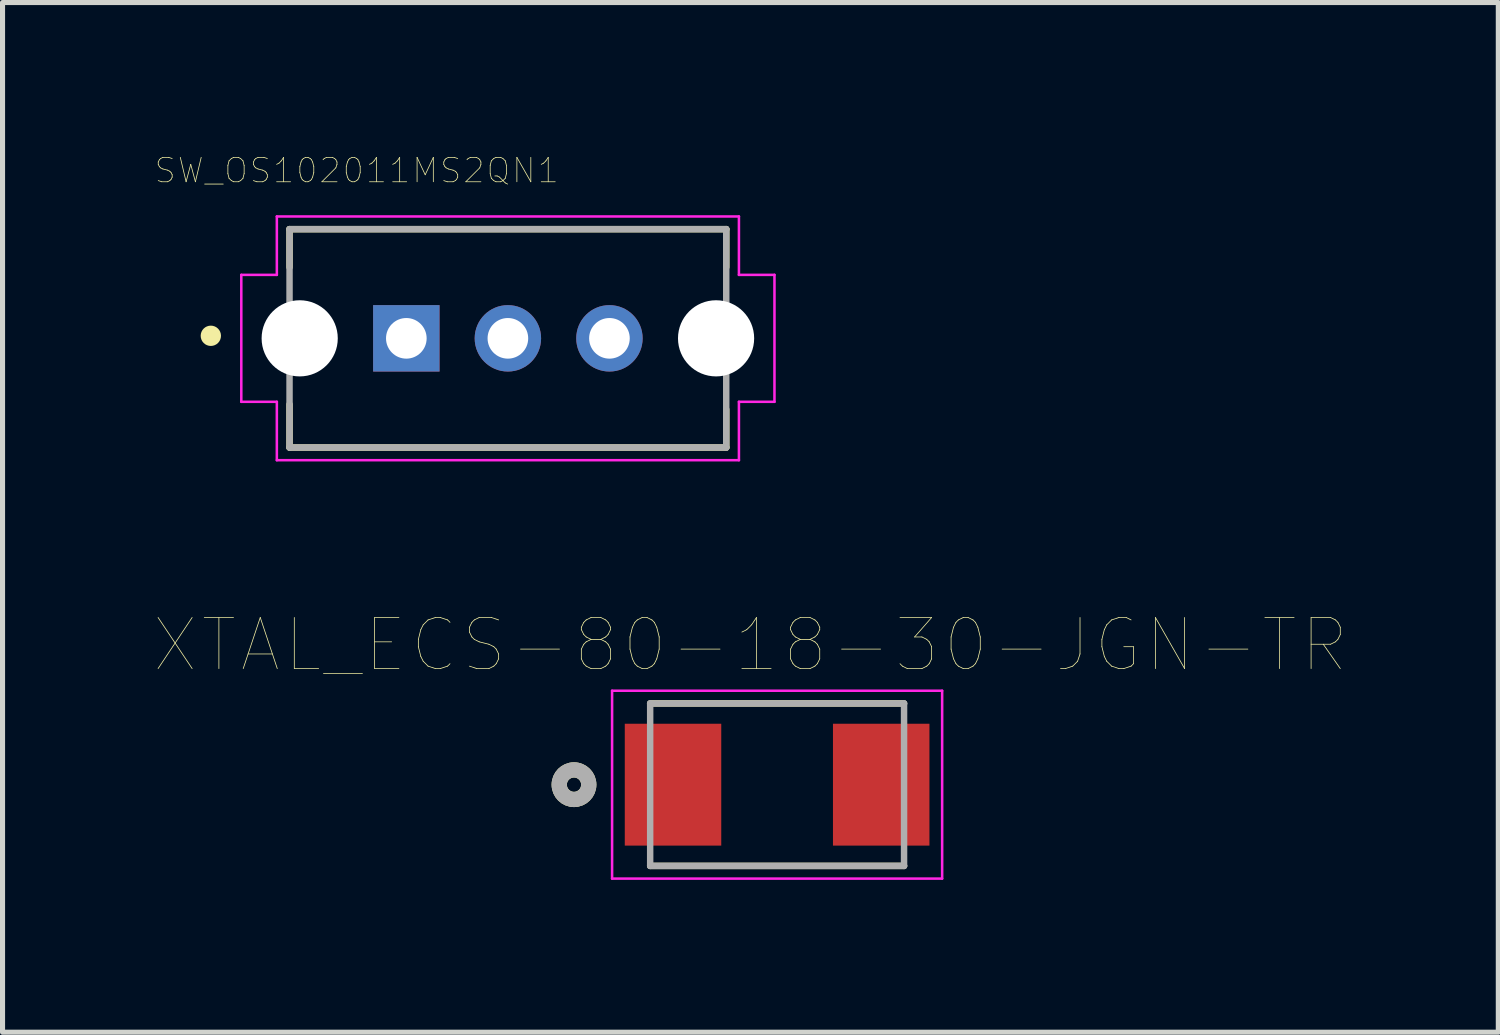
<source format=kicad_pcb>
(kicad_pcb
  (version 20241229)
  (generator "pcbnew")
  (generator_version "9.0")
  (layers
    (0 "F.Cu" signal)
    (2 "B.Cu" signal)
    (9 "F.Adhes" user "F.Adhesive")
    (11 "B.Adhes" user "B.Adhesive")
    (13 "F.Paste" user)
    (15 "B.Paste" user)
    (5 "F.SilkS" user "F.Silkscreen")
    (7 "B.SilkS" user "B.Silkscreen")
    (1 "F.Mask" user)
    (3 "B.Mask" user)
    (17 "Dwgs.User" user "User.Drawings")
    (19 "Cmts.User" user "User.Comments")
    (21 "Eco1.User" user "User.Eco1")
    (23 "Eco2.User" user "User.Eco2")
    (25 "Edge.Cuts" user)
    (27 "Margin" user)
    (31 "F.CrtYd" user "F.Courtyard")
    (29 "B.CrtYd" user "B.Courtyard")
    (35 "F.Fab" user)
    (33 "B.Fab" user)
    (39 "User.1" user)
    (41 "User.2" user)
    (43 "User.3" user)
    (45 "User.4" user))
  (footprint "SW_OS102011MS2QN1"
    (layer "F.Cu")
    (at 6.952 3.613)
    (property "Reference" "SW_OS102011MS2QN1" (at -2.977 -3.305 0) (layer "F.SilkS") (effects (font (size 0.48 0.48) (thickness 0.015))))
    (attr through_hole)
    (fp_line (start -4.3 -2.15) (end -4.3 -1.4) (stroke (width 0.127) (type solid)) (layer "F.SilkS"))
    (fp_line (start -4.3 1.3) (end -4.3 2.15) (stroke (width 0.127) (type solid)) (layer "F.SilkS"))
    (fp_line (start -4.3 2.15) (end 4.3 2.15) (stroke (width 0.127) (type solid)) (layer "F.SilkS"))
    (fp_line (start 4.3 -2.15) (end -4.3 -2.15) (stroke (width 0.127) (type solid)) (layer "F.SilkS"))
    (fp_line (start 4.3 -1.4) (end 4.3 -2.15) (stroke (width 0.127) (type solid)) (layer "F.SilkS"))
    (fp_line (start 4.3 2.15) (end 4.3 1.4) (stroke (width 0.127) (type solid)) (layer "F.SilkS"))
    (fp_circle (center -5.85 -0.05) (end -5.75 -0.05) (stroke (width 0.2) (type solid)) (fill no) (layer "F.SilkS"))
    (fp_line (start -5.25 -1.25) (end -4.55 -1.25) (stroke (width 0.05) (type solid)) (layer "F.CrtYd"))
    (fp_line (start -5.25 1.25) (end -5.25 -1.25) (stroke (width 0.05) (type solid)) (layer "F.CrtYd"))
    (fp_line (start -4.55 -2.4) (end 4.55 -2.4) (stroke (width 0.05) (type solid)) (layer "F.CrtYd"))
    (fp_line (start -4.55 -1.25) (end -4.55 -2.4) (stroke (width 0.05) (type solid)) (layer "F.CrtYd"))
    (fp_line (start -4.55 1.25) (end -5.25 1.25) (stroke (width 0.05) (type solid)) (layer "F.CrtYd"))
    (fp_line (start -4.55 2.4) (end -4.55 1.25) (stroke (width 0.05) (type solid)) (layer "F.CrtYd"))
    (fp_line (start 4.55 -2.4) (end 4.55 -1.25) (stroke (width 0.05) (type solid)) (layer "F.CrtYd"))
    (fp_line (start 4.55 -1.25) (end 5.25 -1.25) (stroke (width 0.05) (type solid)) (layer "F.CrtYd"))
    (fp_line (start 4.55 1.25) (end 4.55 2.4) (stroke (width 0.05) (type solid)) (layer "F.CrtYd"))
    (fp_line (start 4.55 2.4) (end -4.55 2.4) (stroke (width 0.05) (type solid)) (layer "F.CrtYd"))
    (fp_line (start 5.25 -1.25) (end 5.25 1.25) (stroke (width 0.05) (type solid)) (layer "F.CrtYd"))
    (fp_line (start 5.25 1.25) (end 4.55 1.25) (stroke (width 0.05) (type solid)) (layer "F.CrtYd"))
    (fp_line (start -4.3 -2.15) (end 4.3 -2.15) (stroke (width 0.127) (type solid)) (layer "F.Fab"))
    (fp_line (start -4.3 2.15) (end -4.3 -2.15) (stroke (width 0.127) (type solid)) (layer "F.Fab"))
    (fp_line (start 4.3 -2.15) (end 4.3 2.15) (stroke (width 0.127) (type solid)) (layer "F.Fab"))
    (fp_line (start 4.3 2.15) (end -4.3 2.15) (stroke (width 0.127) (type solid)) (layer "F.Fab"))
    (fp_circle (center -2.1 -0.05) (end -2 -0.05) (stroke (width 0.2) (type solid)) (fill no) (layer "F.Fab"))
    (pad "" np_thru_hole circle (at -4.1 0) (size 1.5 1.5) (drill 1.5) (layers "*.Cu" "*.Mask"))
    (pad "" np_thru_hole circle (at 4.1 0) (size 1.5 1.5) (drill 1.5) (layers "*.Cu" "*.Mask"))
    (pad "1" thru_hole rect (at -2 0) (size 1.308 1.308) (drill 0.8) (layers "*.Cu" "*.Mask"))
    (pad "2" thru_hole circle (at 0 0) (size 1.308 1.308) (drill 0.8) (layers "*.Cu" "*.Mask"))
    (pad "3" thru_hole circle (at 2 0) (size 1.308 1.308) (drill 0.8) (layers "*.Cu" "*.Mask")))
  (footprint "XTAL_ECS-80-18-30-JGN-TR"
    (layer "F.Cu")
    (at 12.254 12.403)
    (property "Reference" "XTAL_ECS-80-18-30-JGN-TR" (at -0.526 -2.751 0) (layer "F.SilkS") (effects (font (size 1.006 1.006) (thickness 0.015))))
    (attr through_hole)
    (fp_line (start -2.5 1.6) (end 2.5 1.6) (stroke (width 0.127) (type solid)) (layer "F.SilkS"))
    (fp_line (start 2.5 -1.6) (end -2.5 -1.6) (stroke (width 0.127) (type solid)) (layer "F.SilkS"))
    (fp_circle (center -4 0) (end -3.859 0) (stroke (width 0.3) (type solid)) (fill no) (layer "F.SilkS"))
    (fp_line (start -3.25 -1.85) (end -3.25 1.85) (stroke (width 0.05) (type solid)) (layer "F.CrtYd"))
    (fp_line (start -3.25 1.85) (end 3.25 1.85) (stroke (width 0.05) (type solid)) (layer "F.CrtYd"))
    (fp_line (start 3.25 -1.85) (end -3.25 -1.85) (stroke (width 0.05) (type solid)) (layer "F.CrtYd"))
    (fp_line (start 3.25 1.85) (end 3.25 -1.85) (stroke (width 0.05) (type solid)) (layer "F.CrtYd"))
    (fp_line (start -2.5 -1.6) (end -2.5 1.6) (stroke (width 0.127) (type solid)) (layer "F.Fab"))
    (fp_line (start -2.5 1.6) (end 2.5 1.6) (stroke (width 0.127) (type solid)) (layer "F.Fab"))
    (fp_line (start 2.5 -1.6) (end -2.5 -1.6) (stroke (width 0.127) (type solid)) (layer "F.Fab"))
    (fp_line (start 2.5 1.6) (end 2.5 -1.6) (stroke (width 0.127) (type solid)) (layer "F.Fab"))
    (fp_circle (center -4 0) (end -3.859 0) (stroke (width 0.3) (type solid)) (fill no) (layer "F.Fab"))
    (pad "1" smd rect (at -2.05 0) (size 1.9 2.4) (layers "F.Cu" "F.Mask" "F.Paste"))
    (pad "2" smd rect (at 2.05 0) (size 1.9 2.4) (layers "F.Cu" "F.Mask" "F.Paste")))
  (gr_rect
    (start -3 -3)
    (end 26.457 17.278)
    (stroke (width 0.1) (type default))
    (fill no)
    (layer "Edge.Cuts")))
</source>
